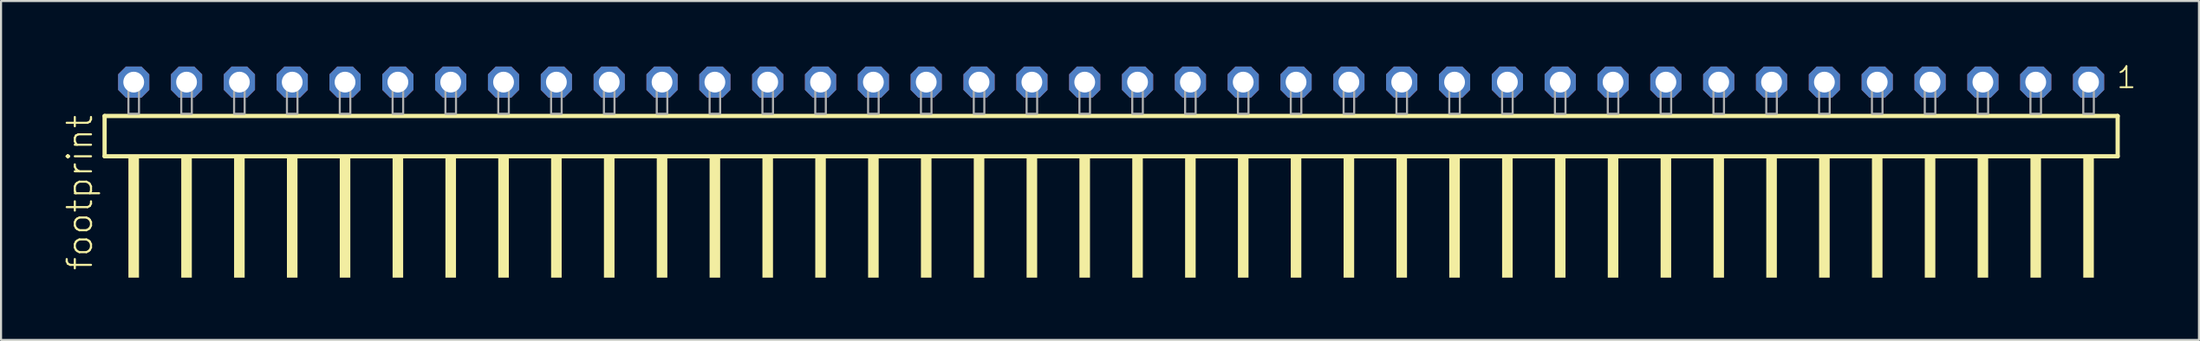
<source format=kicad_pcb>
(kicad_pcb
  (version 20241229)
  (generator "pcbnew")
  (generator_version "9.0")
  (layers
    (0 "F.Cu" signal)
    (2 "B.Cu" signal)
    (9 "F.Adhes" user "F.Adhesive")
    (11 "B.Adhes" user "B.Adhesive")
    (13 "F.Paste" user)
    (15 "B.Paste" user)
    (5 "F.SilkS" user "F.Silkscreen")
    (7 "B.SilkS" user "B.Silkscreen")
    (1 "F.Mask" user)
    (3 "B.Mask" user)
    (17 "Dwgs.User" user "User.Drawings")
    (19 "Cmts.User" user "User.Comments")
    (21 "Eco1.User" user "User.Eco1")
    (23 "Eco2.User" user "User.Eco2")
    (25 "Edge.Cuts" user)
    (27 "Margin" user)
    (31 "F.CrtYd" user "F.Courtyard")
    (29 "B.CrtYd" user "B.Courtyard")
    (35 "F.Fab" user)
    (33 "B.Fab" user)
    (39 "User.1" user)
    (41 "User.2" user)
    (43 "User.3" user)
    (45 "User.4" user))
  (footprint "footprint"
    (layer "F.Cu")
    (at 50.368 2.428)
    (property "Reference" "footprint" (at -48.895 7.62 90) (layer "F.SilkS") (effects (font (size 1.168 1.168) (thickness 0.102)) (justify left bottom)))
    (fp_line (start -48.389 0.106) (end -48.389 2.046) (stroke (width 0.203) (type solid)) (layer "F.SilkS"))
    (fp_line (start -48.389 2.046) (end 48.389 2.046) (stroke (width 0.203) (type solid)) (layer "F.SilkS"))
    (fp_line (start 48.389 0.106) (end -48.389 0.106) (stroke (width 0.203) (type solid)) (layer "F.SilkS"))
    (fp_line (start 48.389 2.046) (end 48.389 0.106) (stroke (width 0.203) (type solid)) (layer "F.SilkS"))
    (fp_poly (pts (xy -47.244 7.89) (xy -46.736 7.89) (xy -46.736 2.04) (xy -47.244 2.04)) (stroke (width 0) (type solid)) (fill yes) (layer "F.SilkS"))
    (fp_poly (pts (xy -44.704 7.89) (xy -44.196 7.89) (xy -44.196 2.04) (xy -44.704 2.04)) (stroke (width 0) (type solid)) (fill yes) (layer "F.SilkS"))
    (fp_poly (pts (xy -42.164 7.89) (xy -41.656 7.89) (xy -41.656 2.04) (xy -42.164 2.04)) (stroke (width 0) (type solid)) (fill yes) (layer "F.SilkS"))
    (fp_poly (pts (xy -39.624 7.89) (xy -39.116 7.89) (xy -39.116 2.04) (xy -39.624 2.04)) (stroke (width 0) (type solid)) (fill yes) (layer "F.SilkS"))
    (fp_poly (pts (xy -37.084 7.89) (xy -36.576 7.89) (xy -36.576 2.04) (xy -37.084 2.04)) (stroke (width 0) (type solid)) (fill yes) (layer "F.SilkS"))
    (fp_poly (pts (xy -34.544 7.89) (xy -34.036 7.89) (xy -34.036 2.04) (xy -34.544 2.04)) (stroke (width 0) (type solid)) (fill yes) (layer "F.SilkS"))
    (fp_poly (pts (xy -32.004 7.89) (xy -31.496 7.89) (xy -31.496 2.04) (xy -32.004 2.04)) (stroke (width 0) (type solid)) (fill yes) (layer "F.SilkS"))
    (fp_poly (pts (xy -29.464 7.89) (xy -28.956 7.89) (xy -28.956 2.04) (xy -29.464 2.04)) (stroke (width 0) (type solid)) (fill yes) (layer "F.SilkS"))
    (fp_poly (pts (xy -26.924 7.89) (xy -26.416 7.89) (xy -26.416 2.04) (xy -26.924 2.04)) (stroke (width 0) (type solid)) (fill yes) (layer "F.SilkS"))
    (fp_poly (pts (xy -24.384 7.89) (xy -23.876 7.89) (xy -23.876 2.04) (xy -24.384 2.04)) (stroke (width 0) (type solid)) (fill yes) (layer "F.SilkS"))
    (fp_poly (pts (xy -21.844 7.89) (xy -21.336 7.89) (xy -21.336 2.04) (xy -21.844 2.04)) (stroke (width 0) (type solid)) (fill yes) (layer "F.SilkS"))
    (fp_poly (pts (xy -19.304 7.89) (xy -18.796 7.89) (xy -18.796 2.04) (xy -19.304 2.04)) (stroke (width 0) (type solid)) (fill yes) (layer "F.SilkS"))
    (fp_poly (pts (xy -16.764 7.89) (xy -16.256 7.89) (xy -16.256 2.04) (xy -16.764 2.04)) (stroke (width 0) (type solid)) (fill yes) (layer "F.SilkS"))
    (fp_poly (pts (xy -14.224 7.89) (xy -13.716 7.89) (xy -13.716 2.04) (xy -14.224 2.04)) (stroke (width 0) (type solid)) (fill yes) (layer "F.SilkS"))
    (fp_poly (pts (xy -11.684 7.89) (xy -11.176 7.89) (xy -11.176 2.04) (xy -11.684 2.04)) (stroke (width 0) (type solid)) (fill yes) (layer "F.SilkS"))
    (fp_poly (pts (xy -9.144 7.89) (xy -8.636 7.89) (xy -8.636 2.04) (xy -9.144 2.04)) (stroke (width 0) (type solid)) (fill yes) (layer "F.SilkS"))
    (fp_poly (pts (xy -6.604 7.89) (xy -6.096 7.89) (xy -6.096 2.04) (xy -6.604 2.04)) (stroke (width 0) (type solid)) (fill yes) (layer "F.SilkS"))
    (fp_poly (pts (xy -4.064 7.89) (xy -3.556 7.89) (xy -3.556 2.04) (xy -4.064 2.04)) (stroke (width 0) (type solid)) (fill yes) (layer "F.SilkS"))
    (fp_poly (pts (xy -1.524 7.89) (xy -1.016 7.89) (xy -1.016 2.04) (xy -1.524 2.04)) (stroke (width 0) (type solid)) (fill yes) (layer "F.SilkS"))
    (fp_poly (pts (xy 1.016 7.89) (xy 1.524 7.89) (xy 1.524 2.04) (xy 1.016 2.04)) (stroke (width 0) (type solid)) (fill yes) (layer "F.SilkS"))
    (fp_poly (pts (xy 3.556 7.89) (xy 4.064 7.89) (xy 4.064 2.04) (xy 3.556 2.04)) (stroke (width 0) (type solid)) (fill yes) (layer "F.SilkS"))
    (fp_poly (pts (xy 6.096 7.89) (xy 6.604 7.89) (xy 6.604 2.04) (xy 6.096 2.04)) (stroke (width 0) (type solid)) (fill yes) (layer "F.SilkS"))
    (fp_poly (pts (xy 8.636 7.89) (xy 9.144 7.89) (xy 9.144 2.04) (xy 8.636 2.04)) (stroke (width 0) (type solid)) (fill yes) (layer "F.SilkS"))
    (fp_poly (pts (xy 11.176 7.89) (xy 11.684 7.89) (xy 11.684 2.04) (xy 11.176 2.04)) (stroke (width 0) (type solid)) (fill yes) (layer "F.SilkS"))
    (fp_poly (pts (xy 13.716 7.89) (xy 14.224 7.89) (xy 14.224 2.04) (xy 13.716 2.04)) (stroke (width 0) (type solid)) (fill yes) (layer "F.SilkS"))
    (fp_poly (pts (xy 16.256 7.89) (xy 16.764 7.89) (xy 16.764 2.04) (xy 16.256 2.04)) (stroke (width 0) (type solid)) (fill yes) (layer "F.SilkS"))
    (fp_poly (pts (xy 18.796 7.89) (xy 19.304 7.89) (xy 19.304 2.04) (xy 18.796 2.04)) (stroke (width 0) (type solid)) (fill yes) (layer "F.SilkS"))
    (fp_poly (pts (xy 21.336 7.89) (xy 21.844 7.89) (xy 21.844 2.04) (xy 21.336 2.04)) (stroke (width 0) (type solid)) (fill yes) (layer "F.SilkS"))
    (fp_poly (pts (xy 23.876 7.89) (xy 24.384 7.89) (xy 24.384 2.04) (xy 23.876 2.04)) (stroke (width 0) (type solid)) (fill yes) (layer "F.SilkS"))
    (fp_poly (pts (xy 26.416 7.89) (xy 26.924 7.89) (xy 26.924 2.04) (xy 26.416 2.04)) (stroke (width 0) (type solid)) (fill yes) (layer "F.SilkS"))
    (fp_poly (pts (xy 28.956 7.89) (xy 29.464 7.89) (xy 29.464 2.04) (xy 28.956 2.04)) (stroke (width 0) (type solid)) (fill yes) (layer "F.SilkS"))
    (fp_poly (pts (xy 31.496 7.89) (xy 32.004 7.89) (xy 32.004 2.04) (xy 31.496 2.04)) (stroke (width 0) (type solid)) (fill yes) (layer "F.SilkS"))
    (fp_poly (pts (xy 34.036 7.89) (xy 34.544 7.89) (xy 34.544 2.04) (xy 34.036 2.04)) (stroke (width 0) (type solid)) (fill yes) (layer "F.SilkS"))
    (fp_poly (pts (xy 36.576 7.89) (xy 37.084 7.89) (xy 37.084 2.04) (xy 36.576 2.04)) (stroke (width 0) (type solid)) (fill yes) (layer "F.SilkS"))
    (fp_poly (pts (xy 39.116 7.89) (xy 39.624 7.89) (xy 39.624 2.04) (xy 39.116 2.04)) (stroke (width 0) (type solid)) (fill yes) (layer "F.SilkS"))
    (fp_poly (pts (xy 41.656 7.89) (xy 42.164 7.89) (xy 42.164 2.04) (xy 41.656 2.04)) (stroke (width 0) (type solid)) (fill yes) (layer "F.SilkS"))
    (fp_poly (pts (xy 44.196 7.89) (xy 44.704 7.89) (xy 44.704 2.04) (xy 44.196 2.04)) (stroke (width 0) (type solid)) (fill yes) (layer "F.SilkS"))
    (fp_poly (pts (xy 46.736 7.89) (xy 47.244 7.89) (xy 47.244 2.04) (xy 46.736 2.04)) (stroke (width 0) (type solid)) (fill yes) (layer "F.SilkS"))
    (fp_poly (pts (xy -47.244 0) (xy -46.736 0) (xy -46.736 -1.778) (xy -47.244 -1.778)) (stroke (width 0.1) (type solid)) (fill no) (layer "F.Fab"))
    (fp_poly (pts (xy -44.704 0) (xy -44.196 0) (xy -44.196 -1.778) (xy -44.704 -1.778)) (stroke (width 0.1) (type solid)) (fill no) (layer "F.Fab"))
    (fp_poly (pts (xy -42.164 0) (xy -41.656 0) (xy -41.656 -1.778) (xy -42.164 -1.778)) (stroke (width 0.1) (type solid)) (fill no) (layer "F.Fab"))
    (fp_poly (pts (xy -39.624 0) (xy -39.116 0) (xy -39.116 -1.778) (xy -39.624 -1.778)) (stroke (width 0.1) (type solid)) (fill no) (layer "F.Fab"))
    (fp_poly (pts (xy -37.084 0) (xy -36.576 0) (xy -36.576 -1.778) (xy -37.084 -1.778)) (stroke (width 0.1) (type solid)) (fill no) (layer "F.Fab"))
    (fp_poly (pts (xy -34.544 0) (xy -34.036 0) (xy -34.036 -1.778) (xy -34.544 -1.778)) (stroke (width 0.1) (type solid)) (fill no) (layer "F.Fab"))
    (fp_poly (pts (xy -32.004 0) (xy -31.496 0) (xy -31.496 -1.778) (xy -32.004 -1.778)) (stroke (width 0.1) (type solid)) (fill no) (layer "F.Fab"))
    (fp_poly (pts (xy -29.464 0) (xy -28.956 0) (xy -28.956 -1.778) (xy -29.464 -1.778)) (stroke (width 0.1) (type solid)) (fill no) (layer "F.Fab"))
    (fp_poly (pts (xy -26.924 0) (xy -26.416 0) (xy -26.416 -1.778) (xy -26.924 -1.778)) (stroke (width 0.1) (type solid)) (fill no) (layer "F.Fab"))
    (fp_poly (pts (xy -24.384 0) (xy -23.876 0) (xy -23.876 -1.778) (xy -24.384 -1.778)) (stroke (width 0.1) (type solid)) (fill no) (layer "F.Fab"))
    (fp_poly (pts (xy -21.844 0) (xy -21.336 0) (xy -21.336 -1.778) (xy -21.844 -1.778)) (stroke (width 0.1) (type solid)) (fill no) (layer "F.Fab"))
    (fp_poly (pts (xy -19.304 0) (xy -18.796 0) (xy -18.796 -1.778) (xy -19.304 -1.778)) (stroke (width 0.1) (type solid)) (fill no) (layer "F.Fab"))
    (fp_poly (pts (xy -16.764 0) (xy -16.256 0) (xy -16.256 -1.778) (xy -16.764 -1.778)) (stroke (width 0.1) (type solid)) (fill no) (layer "F.Fab"))
    (fp_poly (pts (xy -14.224 0) (xy -13.716 0) (xy -13.716 -1.778) (xy -14.224 -1.778)) (stroke (width 0.1) (type solid)) (fill no) (layer "F.Fab"))
    (fp_poly (pts (xy -11.684 0) (xy -11.176 0) (xy -11.176 -1.778) (xy -11.684 -1.778)) (stroke (width 0.1) (type solid)) (fill no) (layer "F.Fab"))
    (fp_poly (pts (xy -9.144 0) (xy -8.636 0) (xy -8.636 -1.778) (xy -9.144 -1.778)) (stroke (width 0.1) (type solid)) (fill no) (layer "F.Fab"))
    (fp_poly (pts (xy -6.604 0) (xy -6.096 0) (xy -6.096 -1.778) (xy -6.604 -1.778)) (stroke (width 0.1) (type solid)) (fill no) (layer "F.Fab"))
    (fp_poly (pts (xy -4.064 0) (xy -3.556 0) (xy -3.556 -1.778) (xy -4.064 -1.778)) (stroke (width 0.1) (type solid)) (fill no) (layer "F.Fab"))
    (fp_poly (pts (xy -1.524 0) (xy -1.016 0) (xy -1.016 -1.778) (xy -1.524 -1.778)) (stroke (width 0.1) (type solid)) (fill no) (layer "F.Fab"))
    (fp_poly (pts (xy 1.016 0) (xy 1.524 0) (xy 1.524 -1.778) (xy 1.016 -1.778)) (stroke (width 0.1) (type solid)) (fill no) (layer "F.Fab"))
    (fp_poly (pts (xy 3.556 0) (xy 4.064 0) (xy 4.064 -1.778) (xy 3.556 -1.778)) (stroke (width 0.1) (type solid)) (fill no) (layer "F.Fab"))
    (fp_poly (pts (xy 6.096 0) (xy 6.604 0) (xy 6.604 -1.778) (xy 6.096 -1.778)) (stroke (width 0.1) (type solid)) (fill no) (layer "F.Fab"))
    (fp_poly (pts (xy 8.636 0) (xy 9.144 0) (xy 9.144 -1.778) (xy 8.636 -1.778)) (stroke (width 0.1) (type solid)) (fill no) (layer "F.Fab"))
    (fp_poly (pts (xy 11.176 0) (xy 11.684 0) (xy 11.684 -1.778) (xy 11.176 -1.778)) (stroke (width 0.1) (type solid)) (fill no) (layer "F.Fab"))
    (fp_poly (pts (xy 13.716 0) (xy 14.224 0) (xy 14.224 -1.778) (xy 13.716 -1.778)) (stroke (width 0.1) (type solid)) (fill no) (layer "F.Fab"))
    (fp_poly (pts (xy 16.256 0) (xy 16.764 0) (xy 16.764 -1.778) (xy 16.256 -1.778)) (stroke (width 0.1) (type solid)) (fill no) (layer "F.Fab"))
    (fp_poly (pts (xy 18.796 0) (xy 19.304 0) (xy 19.304 -1.778) (xy 18.796 -1.778)) (stroke (width 0.1) (type solid)) (fill no) (layer "F.Fab"))
    (fp_poly (pts (xy 21.336 0) (xy 21.844 0) (xy 21.844 -1.778) (xy 21.336 -1.778)) (stroke (width 0.1) (type solid)) (fill no) (layer "F.Fab"))
    (fp_poly (pts (xy 23.876 0) (xy 24.384 0) (xy 24.384 -1.778) (xy 23.876 -1.778)) (stroke (width 0.1) (type solid)) (fill no) (layer "F.Fab"))
    (fp_poly (pts (xy 26.416 0) (xy 26.924 0) (xy 26.924 -1.778) (xy 26.416 -1.778)) (stroke (width 0.1) (type solid)) (fill no) (layer "F.Fab"))
    (fp_poly (pts (xy 28.956 0) (xy 29.464 0) (xy 29.464 -1.778) (xy 28.956 -1.778)) (stroke (width 0.1) (type solid)) (fill no) (layer "F.Fab"))
    (fp_poly (pts (xy 31.496 0) (xy 32.004 0) (xy 32.004 -1.778) (xy 31.496 -1.778)) (stroke (width 0.1) (type solid)) (fill no) (layer "F.Fab"))
    (fp_poly (pts (xy 34.036 0) (xy 34.544 0) (xy 34.544 -1.778) (xy 34.036 -1.778)) (stroke (width 0.1) (type solid)) (fill no) (layer "F.Fab"))
    (fp_poly (pts (xy 36.576 0) (xy 37.084 0) (xy 37.084 -1.778) (xy 36.576 -1.778)) (stroke (width 0.1) (type solid)) (fill no) (layer "F.Fab"))
    (fp_poly (pts (xy 39.116 0) (xy 39.624 0) (xy 39.624 -1.778) (xy 39.116 -1.778)) (stroke (width 0.1) (type solid)) (fill no) (layer "F.Fab"))
    (fp_poly (pts (xy 41.656 0) (xy 42.164 0) (xy 42.164 -1.778) (xy 41.656 -1.778)) (stroke (width 0.1) (type solid)) (fill no) (layer "F.Fab"))
    (fp_poly (pts (xy 44.196 0) (xy 44.704 0) (xy 44.704 -1.778) (xy 44.196 -1.778)) (stroke (width 0.1) (type solid)) (fill no) (layer "F.Fab"))
    (fp_poly (pts (xy 46.736 0) (xy 47.244 0) (xy 47.244 -1.778) (xy 46.736 -1.778)) (stroke (width 0.1) (type solid)) (fill no) (layer "F.Fab"))
    (fp_text user "1" (at 48.272 -1.152 0) (layer "F.SilkS") (effects (font (size 1.012 1.012) (thickness 0.088)) (justify left bottom)))
    (pad "1" thru_hole roundrect (at 46.99 -1.524 180) (size 1.5 1.5) (drill 1) (layers "*.Cu" "*.Mask") (roundrect_rratio 0.25) (chamfer_ratio 0.25) (chamfer top_left top_right bottom_left bottom_right))
    (pad "2" thru_hole roundrect (at 44.45 -1.524 180) (size 1.5 1.5) (drill 1) (layers "*.Cu" "*.Mask") (roundrect_rratio 0.25) (chamfer_ratio 0.25) (chamfer top_left top_right bottom_left bottom_right))
    (pad "3" thru_hole roundrect (at 41.91 -1.524 180) (size 1.5 1.5) (drill 1) (layers "*.Cu" "*.Mask") (roundrect_rratio 0.25) (chamfer_ratio 0.25) (chamfer top_left top_right bottom_left bottom_right))
    (pad "4" thru_hole roundrect (at 39.37 -1.524 180) (size 1.5 1.5) (drill 1) (layers "*.Cu" "*.Mask") (roundrect_rratio 0.25) (chamfer_ratio 0.25) (chamfer top_left top_right bottom_left bottom_right))
    (pad "5" thru_hole roundrect (at 36.83 -1.524 180) (size 1.5 1.5) (drill 1) (layers "*.Cu" "*.Mask") (roundrect_rratio 0.25) (chamfer_ratio 0.25) (chamfer top_left top_right bottom_left bottom_right))
    (pad "6" thru_hole roundrect (at 34.29 -1.524 180) (size 1.5 1.5) (drill 1) (layers "*.Cu" "*.Mask") (roundrect_rratio 0.25) (chamfer_ratio 0.25) (chamfer top_left top_right bottom_left bottom_right))
    (pad "7" thru_hole roundrect (at 31.75 -1.524 180) (size 1.5 1.5) (drill 1) (layers "*.Cu" "*.Mask") (roundrect_rratio 0.25) (chamfer_ratio 0.25) (chamfer top_left top_right bottom_left bottom_right))
    (pad "8" thru_hole roundrect (at 29.21 -1.524 180) (size 1.5 1.5) (drill 1) (layers "*.Cu" "*.Mask") (roundrect_rratio 0.25) (chamfer_ratio 0.25) (chamfer top_left top_right bottom_left bottom_right))
    (pad "9" thru_hole roundrect (at 26.67 -1.524 180) (size 1.5 1.5) (drill 1) (layers "*.Cu" "*.Mask") (roundrect_rratio 0.25) (chamfer_ratio 0.25) (chamfer top_left top_right bottom_left bottom_right))
    (pad "10" thru_hole roundrect (at 24.13 -1.524 180) (size 1.5 1.5) (drill 1) (layers "*.Cu" "*.Mask") (roundrect_rratio 0.25) (chamfer_ratio 0.25) (chamfer top_left top_right bottom_left bottom_right))
    (pad "11" thru_hole roundrect (at 21.59 -1.524 180) (size 1.5 1.5) (drill 1) (layers "*.Cu" "*.Mask") (roundrect_rratio 0.25) (chamfer_ratio 0.25) (chamfer top_left top_right bottom_left bottom_right))
    (pad "12" thru_hole roundrect (at 19.05 -1.524 180) (size 1.5 1.5) (drill 1) (layers "*.Cu" "*.Mask") (roundrect_rratio 0.25) (chamfer_ratio 0.25) (chamfer top_left top_right bottom_left bottom_right))
    (pad "13" thru_hole roundrect (at 16.51 -1.524 180) (size 1.5 1.5) (drill 1) (layers "*.Cu" "*.Mask") (roundrect_rratio 0.25) (chamfer_ratio 0.25) (chamfer top_left top_right bottom_left bottom_right))
    (pad "14" thru_hole roundrect (at 13.97 -1.524 180) (size 1.5 1.5) (drill 1) (layers "*.Cu" "*.Mask") (roundrect_rratio 0.25) (chamfer_ratio 0.25) (chamfer top_left top_right bottom_left bottom_right))
    (pad "15" thru_hole roundrect (at 11.43 -1.524 180) (size 1.5 1.5) (drill 1) (layers "*.Cu" "*.Mask") (roundrect_rratio 0.25) (chamfer_ratio 0.25) (chamfer top_left top_right bottom_left bottom_right))
    (pad "16" thru_hole roundrect (at 8.89 -1.524 180) (size 1.5 1.5) (drill 1) (layers "*.Cu" "*.Mask") (roundrect_rratio 0.25) (chamfer_ratio 0.25) (chamfer top_left top_right bottom_left bottom_right))
    (pad "17" thru_hole roundrect (at 6.35 -1.524 180) (size 1.5 1.5) (drill 1) (layers "*.Cu" "*.Mask") (roundrect_rratio 0.25) (chamfer_ratio 0.25) (chamfer top_left top_right bottom_left bottom_right))
    (pad "18" thru_hole roundrect (at 3.81 -1.524 180) (size 1.5 1.5) (drill 1) (layers "*.Cu" "*.Mask") (roundrect_rratio 0.25) (chamfer_ratio 0.25) (chamfer top_left top_right bottom_left bottom_right))
    (pad "19" thru_hole roundrect (at 1.27 -1.524 180) (size 1.5 1.5) (drill 1) (layers "*.Cu" "*.Mask") (roundrect_rratio 0.25) (chamfer_ratio 0.25) (chamfer top_left top_right bottom_left bottom_right))
    (pad "20" thru_hole roundrect (at -1.27 -1.524 180) (size 1.5 1.5) (drill 1) (layers "*.Cu" "*.Mask") (roundrect_rratio 0.25) (chamfer_ratio 0.25) (chamfer top_left top_right bottom_left bottom_right))
    (pad "21" thru_hole roundrect (at -3.81 -1.524 180) (size 1.5 1.5) (drill 1) (layers "*.Cu" "*.Mask") (roundrect_rratio 0.25) (chamfer_ratio 0.25) (chamfer top_left top_right bottom_left bottom_right))
    (pad "22" thru_hole roundrect (at -6.35 -1.524 180) (size 1.5 1.5) (drill 1) (layers "*.Cu" "*.Mask") (roundrect_rratio 0.25) (chamfer_ratio 0.25) (chamfer top_left top_right bottom_left bottom_right))
    (pad "23" thru_hole roundrect (at -8.89 -1.524 180) (size 1.5 1.5) (drill 1) (layers "*.Cu" "*.Mask") (roundrect_rratio 0.25) (chamfer_ratio 0.25) (chamfer top_left top_right bottom_left bottom_right))
    (pad "24" thru_hole roundrect (at -11.43 -1.524 180) (size 1.5 1.5) (drill 1) (layers "*.Cu" "*.Mask") (roundrect_rratio 0.25) (chamfer_ratio 0.25) (chamfer top_left top_right bottom_left bottom_right))
    (pad "25" thru_hole roundrect (at -13.97 -1.524 180) (size 1.5 1.5) (drill 1) (layers "*.Cu" "*.Mask") (roundrect_rratio 0.25) (chamfer_ratio 0.25) (chamfer top_left top_right bottom_left bottom_right))
    (pad "26" thru_hole roundrect (at -16.51 -1.524 180) (size 1.5 1.5) (drill 1) (layers "*.Cu" "*.Mask") (roundrect_rratio 0.25) (chamfer_ratio 0.25) (chamfer top_left top_right bottom_left bottom_right))
    (pad "27" thru_hole roundrect (at -19.05 -1.524 180) (size 1.5 1.5) (drill 1) (layers "*.Cu" "*.Mask") (roundrect_rratio 0.25) (chamfer_ratio 0.25) (chamfer top_left top_right bottom_left bottom_right))
    (pad "28" thru_hole roundrect (at -21.59 -1.524 180) (size 1.5 1.5) (drill 1) (layers "*.Cu" "*.Mask") (roundrect_rratio 0.25) (chamfer_ratio 0.25) (chamfer top_left top_right bottom_left bottom_right))
    (pad "29" thru_hole roundrect (at -24.13 -1.524 180) (size 1.5 1.5) (drill 1) (layers "*.Cu" "*.Mask") (roundrect_rratio 0.25) (chamfer_ratio 0.25) (chamfer top_left top_right bottom_left bottom_right))
    (pad "30" thru_hole roundrect (at -26.67 -1.524 180) (size 1.5 1.5) (drill 1) (layers "*.Cu" "*.Mask") (roundrect_rratio 0.25) (chamfer_ratio 0.25) (chamfer top_left top_right bottom_left bottom_right))
    (pad "31" thru_hole roundrect (at -29.21 -1.524 180) (size 1.5 1.5) (drill 1) (layers "*.Cu" "*.Mask") (roundrect_rratio 0.25) (chamfer_ratio 0.25) (chamfer top_left top_right bottom_left bottom_right))
    (pad "32" thru_hole roundrect (at -31.75 -1.524 180) (size 1.5 1.5) (drill 1) (layers "*.Cu" "*.Mask") (roundrect_rratio 0.25) (chamfer_ratio 0.25) (chamfer top_left top_right bottom_left bottom_right))
    (pad "33" thru_hole roundrect (at -34.29 -1.524 180) (size 1.5 1.5) (drill 1) (layers "*.Cu" "*.Mask") (roundrect_rratio 0.25) (chamfer_ratio 0.25) (chamfer top_left top_right bottom_left bottom_right))
    (pad "34" thru_hole roundrect (at -36.83 -1.524 180) (size 1.5 1.5) (drill 1) (layers "*.Cu" "*.Mask") (roundrect_rratio 0.25) (chamfer_ratio 0.25) (chamfer top_left top_right bottom_left bottom_right))
    (pad "35" thru_hole roundrect (at -39.37 -1.524 180) (size 1.5 1.5) (drill 1) (layers "*.Cu" "*.Mask") (roundrect_rratio 0.25) (chamfer_ratio 0.25) (chamfer top_left top_right bottom_left bottom_right))
    (pad "36" thru_hole roundrect (at -41.91 -1.524 180) (size 1.5 1.5) (drill 1) (layers "*.Cu" "*.Mask") (roundrect_rratio 0.25) (chamfer_ratio 0.25) (chamfer top_left top_right bottom_left bottom_right))
    (pad "37" thru_hole roundrect (at -44.45 -1.524 180) (size 1.5 1.5) (drill 1) (layers "*.Cu" "*.Mask") (roundrect_rratio 0.25) (chamfer_ratio 0.25) (chamfer top_left top_right bottom_left bottom_right))
    (pad "38" thru_hole roundrect (at -46.99 -1.524 180) (size 1.5 1.5) (drill 1) (layers "*.Cu" "*.Mask") (roundrect_rratio 0.25) (chamfer_ratio 0.25) (chamfer top_left top_right bottom_left bottom_right)))
  (gr_rect
    (start -3 -3)
    (end 102.666 13.318)
    (stroke (width 0.1) (type default))
    (fill no)
    (layer "Edge.Cuts")))
</source>
